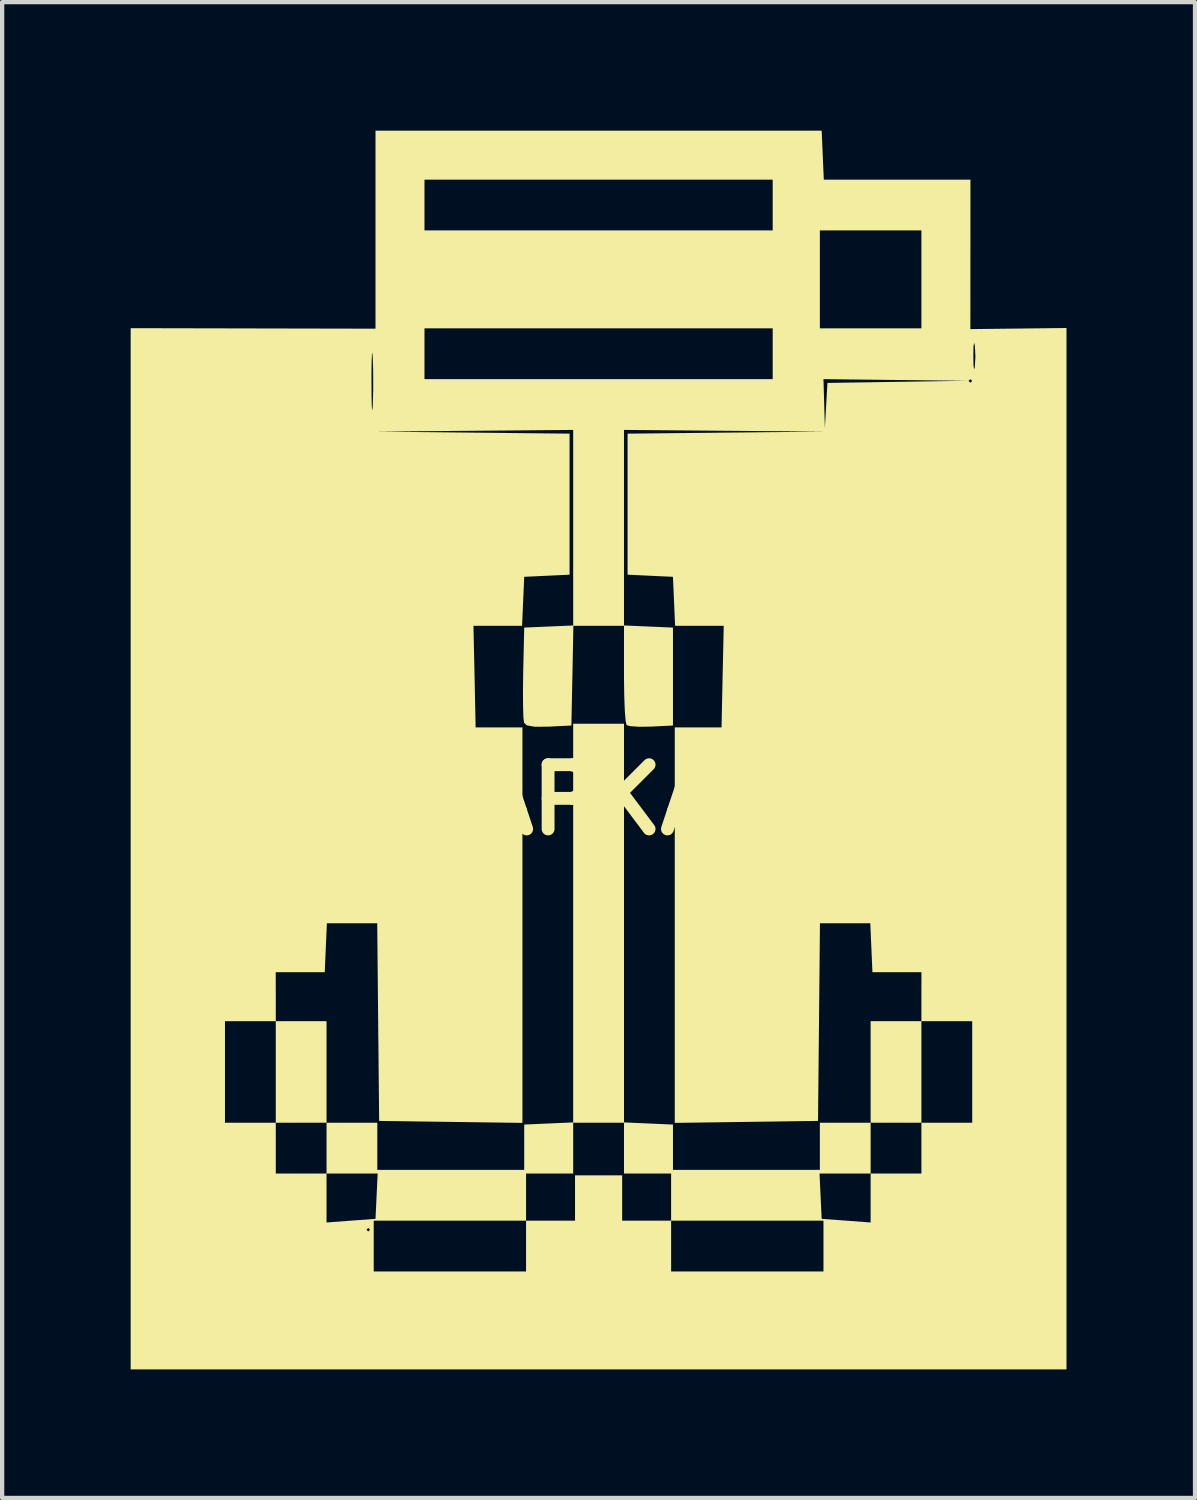
<source format=kicad_pcb>
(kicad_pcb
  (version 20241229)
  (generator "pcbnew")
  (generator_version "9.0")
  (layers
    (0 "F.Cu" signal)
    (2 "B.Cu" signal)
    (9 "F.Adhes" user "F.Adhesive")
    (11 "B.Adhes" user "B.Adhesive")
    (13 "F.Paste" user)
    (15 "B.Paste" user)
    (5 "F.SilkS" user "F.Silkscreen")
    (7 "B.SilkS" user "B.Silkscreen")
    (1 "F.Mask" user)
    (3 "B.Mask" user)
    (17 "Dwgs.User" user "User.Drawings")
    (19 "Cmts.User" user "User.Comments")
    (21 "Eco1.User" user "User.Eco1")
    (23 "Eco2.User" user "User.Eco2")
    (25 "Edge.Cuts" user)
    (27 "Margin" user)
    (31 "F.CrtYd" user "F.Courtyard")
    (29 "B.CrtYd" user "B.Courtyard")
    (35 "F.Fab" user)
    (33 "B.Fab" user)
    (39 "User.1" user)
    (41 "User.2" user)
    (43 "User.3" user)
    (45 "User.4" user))
  (footprint "KAPKAN"
    (layer "F.Cu")
    (at 10.922 15.621)
    (property "Reference" "KAPKAN" (at 0 0 0) (layer "F.SilkS") (effects (font (size 1.5 1.5) (thickness 0.3))))
    (attr board_only exclude_from_pos_files exclude_from_bom)
    (fp_poly (pts (xy -6.35 6.35) (xy -6.35 7.535) (xy -6.943 7.535) (xy -7.535 7.535) (xy -7.535 6.35) (xy -7.535 5.165) (xy -6.943 5.165) (xy -6.35 5.165)) (stroke (width 0) (type solid)) (fill yes) (layer "F.SilkS"))
    (fp_poly (pts (xy 0.593 2.879) (xy 0.593 7.535) (xy 0 7.535) (xy -0.593 7.535) (xy -0.593 2.879) (xy -0.593 -1.778) (xy 0 -1.778) (xy 0.593 -1.778)) (stroke (width 0) (type solid)) (fill yes) (layer "F.SilkS"))
    (fp_poly (pts (xy 7.535 6.35) (xy 7.535 7.535) (xy 6.943 7.535) (xy 6.35 7.535) (xy 6.35 6.35) (xy 6.35 5.165) (xy 6.943 5.165) (xy 7.535 5.165)) (stroke (width 0) (type solid)) (fill yes) (layer "F.SilkS"))
    (fp_poly (pts (xy -0.611 -2.904) (xy -0.635 -1.736) (xy -1.165 -1.71) (xy -1.489 -1.707) (xy -1.673 -1.739) (xy -1.74 -1.8) (xy -1.755 -1.925) (xy -1.763 -2.182) (xy -1.765 -2.535) (xy -1.76 -2.947) (xy -1.76 -2.968) (xy -1.736 -4.022) (xy -1.162 -4.047) (xy -0.588 -4.072)) (stroke (width 0) (type solid)) (fill yes) (layer "F.SilkS"))
    (fp_poly (pts (xy 1.164 -4.047) (xy 1.736 -4.022) (xy 1.736 -2.879) (xy 1.736 -1.736) (xy 1.224 -1.711) (xy 0.943 -1.707) (xy 0.734 -1.722) (xy 0.653 -1.746) (xy 0.631 -1.849) (xy 0.612 -2.087) (xy 0.599 -2.429) (xy 0.593 -2.84) (xy 0.593 -2.939) (xy 0.593 -4.072)) (stroke (width 0) (type solid)) (fill yes) (layer "F.SilkS"))
    (fp_poly (pts (xy 5.232 -15.05) (xy 5.257 -14.478) (xy 6.969 -14.478) (xy 8.68 -14.478) (xy 8.679 -12.733) (xy 8.678 -10.989) (xy 9.8 -11.002) (xy 10.922 -11.015) (xy 10.922 1.139) (xy 10.922 13.293) (xy 0 13.293) (xy -10.922 13.293) (xy -10.922 10.033) (xy -5.419 10.033) (xy -5.376 10.075) (xy -5.334 10.033) (xy -5.376 9.991) (xy -5.419 10.033) (xy -10.922 10.033) (xy -10.922 9.864) (xy -6.35 9.864) (xy -5.779 9.821) (xy -5.207 9.779) (xy -5.182 9.25) (xy -5.157 8.721) (xy -5.753 8.721) (xy -6.35 8.721) (xy -6.35 9.292) (xy -6.35 9.864) (xy -10.922 9.864) (xy -10.922 7.535) (xy -8.721 7.535) (xy -8.128 7.535) (xy -7.535 7.535) (xy -7.535 8.128) (xy -7.535 8.721) (xy -6.943 8.721) (xy -6.35 8.721) (xy -6.35 8.128) (xy -6.35 7.535) (xy -5.757 7.535) (xy -5.165 7.535) (xy -5.165 8.086) (xy -5.165 8.636) (xy -3.45 8.636) (xy -1.736 8.636) (xy -1.736 8.107) (xy -1.736 7.578) (xy -1.164 7.553) (xy -0.593 7.528) (xy -0.593 8.124) (xy -0.593 8.721) (xy -1.143 8.721) (xy -1.693 8.721) (xy -1.693 9.271) (xy -1.693 9.821) (xy -3.471 9.821) (xy -5.249 9.821) (xy -5.249 10.414) (xy -5.249 11.007) (xy -3.471 11.007) (xy -1.693 11.007) (xy -1.693 10.414) (xy -1.693 9.821) (xy -1.122 9.821) (xy -0.55 9.822) (xy -0.55 9.292) (xy -0.55 8.763) (xy 0 8.763) (xy 0.55 8.763) (xy 0.55 9.292) (xy 0.55 9.822) (xy 1.122 9.821) (xy 1.693 9.821) (xy 1.693 10.414) (xy 1.693 11.007) (xy 3.471 11.007) (xy 5.249 11.007) (xy 5.249 10.414) (xy 5.249 9.821) (xy 3.471 9.821) (xy 1.693 9.821) (xy 1.693 9.271) (xy 1.693 8.721) (xy 1.143 8.721) (xy 0.593 8.721) (xy 0.593 8.124) (xy 0.593 7.528) (xy 1.164 7.553) (xy 1.736 7.578) (xy 1.736 8.107) (xy 1.736 8.636) (xy 3.45 8.636) (xy 5.165 8.636) (xy 5.165 8.086) (xy 5.165 7.535) (xy 5.757 7.535) (xy 6.35 7.535) (xy 6.35 8.128) (xy 6.35 8.721) (xy 5.753 8.721) (xy 5.157 8.721) (xy 5.182 9.25) (xy 5.207 9.779) (xy 5.779 9.821) (xy 6.35 9.864) (xy 6.35 9.292) (xy 6.35 8.721) (xy 6.943 8.721) (xy 7.535 8.721) (xy 7.535 8.128) (xy 7.535 7.535) (xy 8.128 7.535) (xy 8.721 7.535) (xy 8.721 6.35) (xy 8.721 5.165) (xy 8.128 5.165) (xy 7.535 5.165) (xy 7.535 4.593) (xy 7.536 4.022) (xy 6.964 4.022) (xy 6.392 4.022) (xy 6.367 3.45) (xy 6.342 2.879) (xy 5.755 2.879) (xy 5.167 2.879) (xy 5.145 5.186) (xy 5.122 7.493) (xy 3.45 7.516) (xy 1.778 7.539) (xy 1.778 2.923) (xy 1.778 -1.693) (xy 2.324 -1.693) (xy 2.87 -1.693) (xy 2.895 -2.879) (xy 2.921 -4.064) (xy 2.353 -4.064) (xy 1.786 -4.064) (xy 1.761 -4.636) (xy 1.736 -5.207) (xy 1.206 -5.232) (xy 0.677 -5.257) (xy 0.677 -6.903) (xy 0.677 -8.549) (xy 2.985 -8.573) (xy 5.292 -8.597) (xy 2.942 -8.616) (xy 0.593 -8.636) (xy 0.593 -6.35) (xy 0.593 -4.064) (xy 0 -4.064) (xy -0.593 -4.064) (xy -0.593 -6.35) (xy -0.593 -8.636) (xy -2.9 -8.616) (xy -5.207 -8.597) (xy -2.942 -8.573) (xy -0.677 -8.549) (xy -0.677 -6.903) (xy -0.677 -5.257) (xy -1.206 -5.232) (xy -1.736 -5.207) (xy -1.761 -4.636) (xy -1.786 -4.064) (xy -2.353 -4.064) (xy -2.921 -4.064) (xy -2.895 -2.879) (xy -2.87 -1.693) (xy -2.324 -1.693) (xy -1.778 -1.693) (xy -1.778 2.923) (xy -1.778 7.539) (xy -3.45 7.516) (xy -5.122 7.493) (xy -5.145 5.186) (xy -5.167 2.879) (xy -5.755 2.879) (xy -6.342 2.879) (xy -6.367 3.45) (xy -6.392 4.022) (xy -6.964 4.022) (xy -7.536 4.022) (xy -7.535 4.593) (xy -7.535 5.165) (xy -8.128 5.165) (xy -8.721 5.165) (xy -8.721 6.35) (xy -8.721 7.535) (xy -10.922 7.535) (xy -10.922 1.141) (xy -10.922 -9.779) (xy -5.301 -9.779) (xy -5.299 -9.423) (xy -5.294 -9.188) (xy -5.286 -9.088) (xy -5.276 -9.138) (xy -5.271 -9.204) (xy -5.26 -9.589) (xy -5.262 -10.027) (xy -5.271 -10.305) (xy -5.282 -10.436) (xy -5.291 -10.412) (xy -5.297 -10.243) (xy -5.301 -9.943) (xy -5.301 -9.779) (xy -10.922 -9.779) (xy -10.922 -11.011) (xy -8.065 -11.005) (xy -5.207 -10.999) (xy -5.207 -11.007) (xy -4.064 -11.007) (xy -4.064 -10.414) (xy -4.064 -9.821) (xy 0 -9.821) (xy 4.064 -9.821) (xy 5.249 -9.821) (xy 5.266 -9.25) (xy 5.282 -8.678) (xy 5.312 -9.206) (xy 5.342 -9.733) (xy 6.968 -9.758) (xy 8.341 -9.779) (xy 8.636 -9.779) (xy 8.678 -9.737) (xy 8.721 -9.779) (xy 8.678 -9.821) (xy 8.636 -9.779) (xy 8.341 -9.779) (xy 8.594 -9.783) (xy 6.921 -9.802) (xy 5.249 -9.821) (xy 4.064 -9.821) (xy 4.064 -10.372) (xy 8.747 -10.372) (xy 8.751 -10.147) (xy 8.764 -10.048) (xy 8.781 -10.095) (xy 8.796 -10.352) (xy 8.782 -10.603) (xy 8.765 -10.673) (xy 8.752 -10.591) (xy 8.747 -10.375) (xy 8.747 -10.372) (xy 4.064 -10.372) (xy 4.064 -10.414) (xy 4.064 -11.007) (xy 0 -11.007) (xy -4.064 -11.007) (xy -5.207 -11.007) (xy -5.207 -13.31) (xy -5.207 -14.478) (xy -4.064 -14.478) (xy -4.064 -13.885) (xy -4.064 -13.293) (xy 0 -13.293) (xy 4.064 -13.293) (xy 5.165 -13.293) (xy 5.165 -12.15) (xy 5.165 -11.007) (xy 6.35 -11.007) (xy 7.535 -11.007) (xy 7.535 -12.15) (xy 7.535 -13.293) (xy 6.35 -13.293) (xy 5.165 -13.293) (xy 4.064 -13.293) (xy 4.064 -13.885) (xy 4.064 -14.478) (xy 0 -14.478) (xy -4.064 -14.478) (xy -5.207 -14.478) (xy -5.207 -15.621) (xy 0 -15.621) (xy 5.207 -15.621)) (stroke (width 0) (type solid)) (fill yes) (layer "F.SilkS")))
  (gr_rect
    (start -3 -3)
    (end 24.844 31.914)
    (stroke (width 0.1) (type default))
    (fill no)
    (layer "Edge.Cuts")))
</source>
